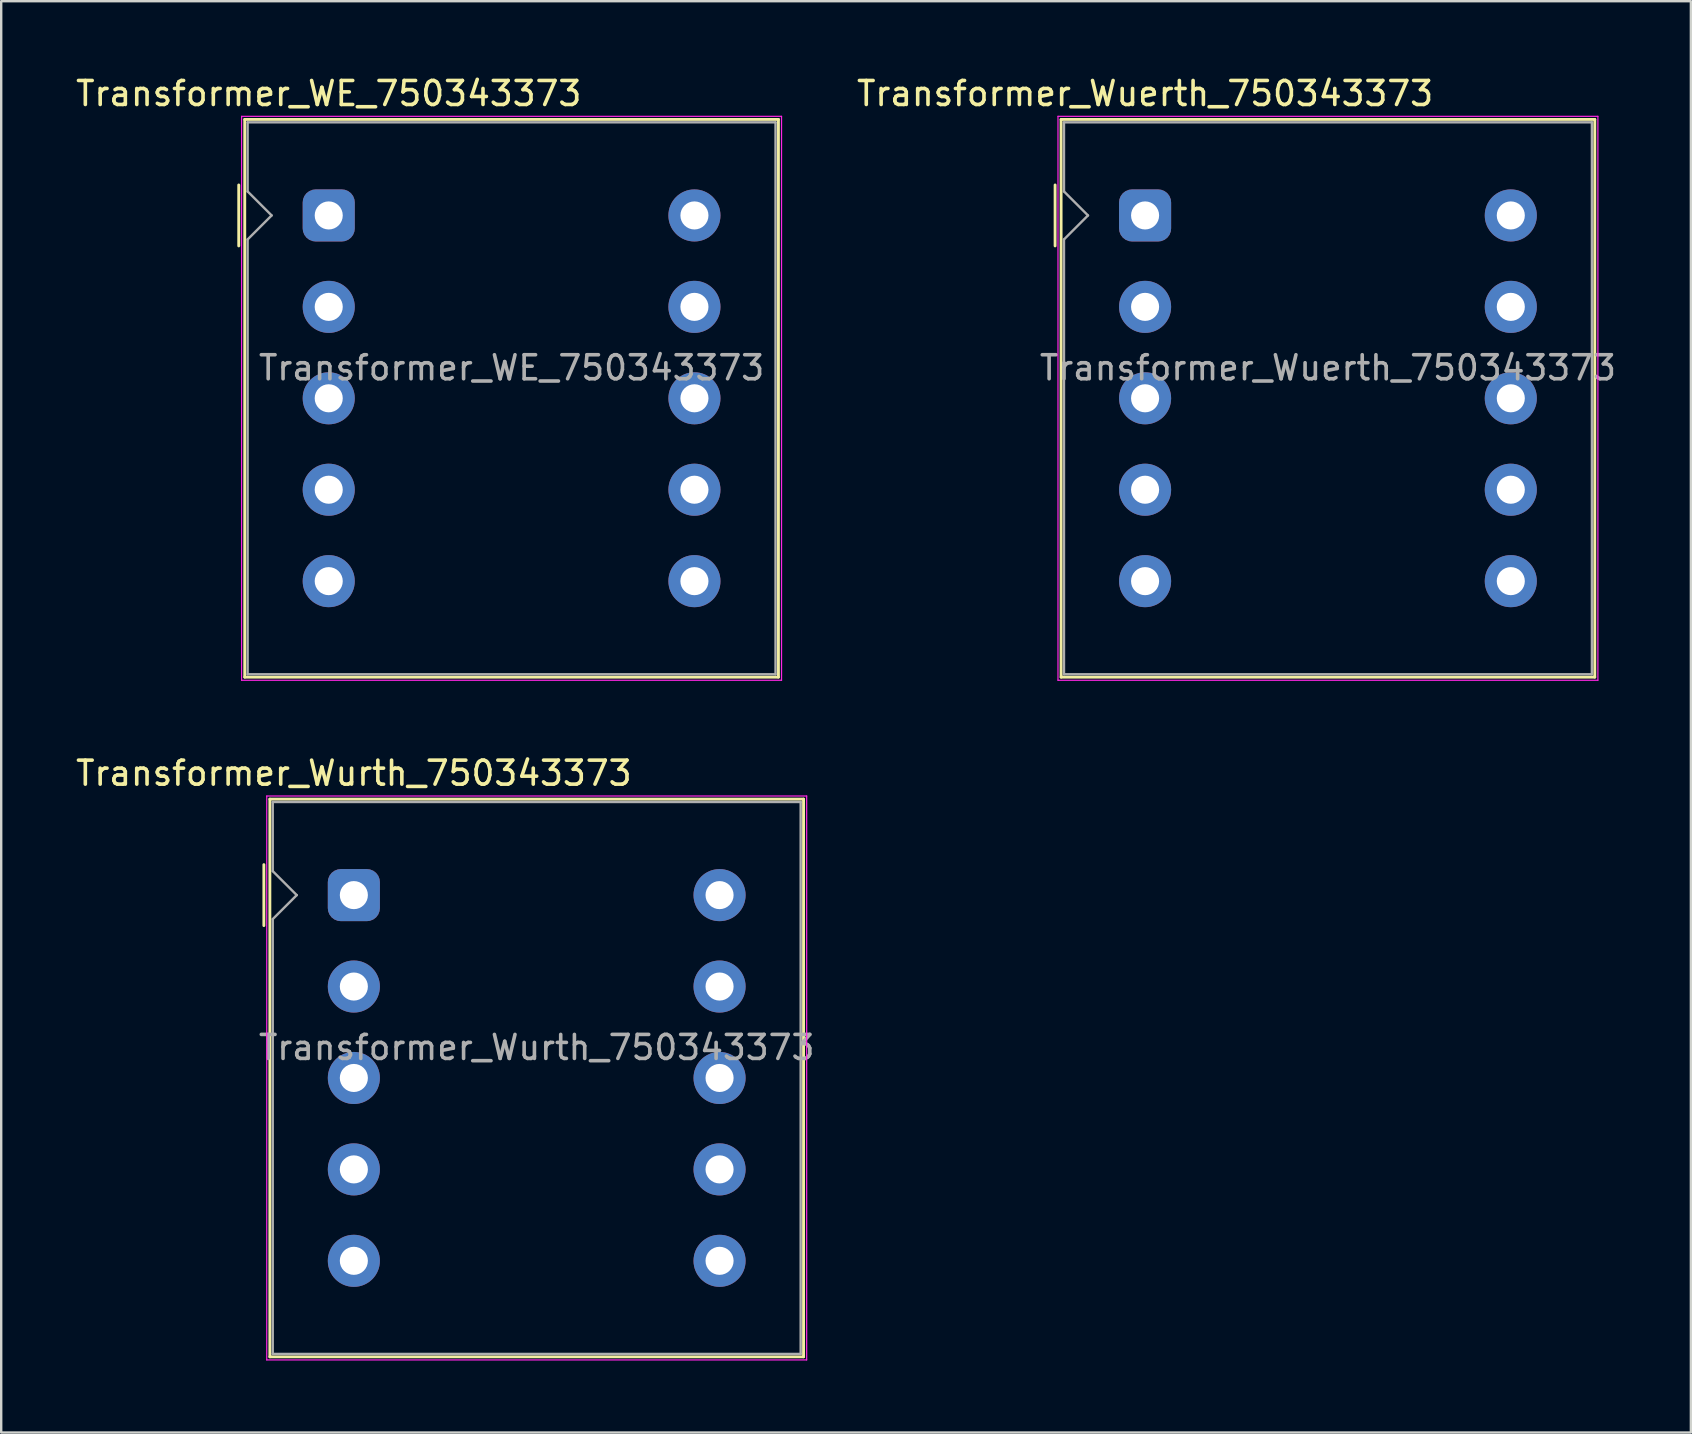
<source format=kicad_pcb>
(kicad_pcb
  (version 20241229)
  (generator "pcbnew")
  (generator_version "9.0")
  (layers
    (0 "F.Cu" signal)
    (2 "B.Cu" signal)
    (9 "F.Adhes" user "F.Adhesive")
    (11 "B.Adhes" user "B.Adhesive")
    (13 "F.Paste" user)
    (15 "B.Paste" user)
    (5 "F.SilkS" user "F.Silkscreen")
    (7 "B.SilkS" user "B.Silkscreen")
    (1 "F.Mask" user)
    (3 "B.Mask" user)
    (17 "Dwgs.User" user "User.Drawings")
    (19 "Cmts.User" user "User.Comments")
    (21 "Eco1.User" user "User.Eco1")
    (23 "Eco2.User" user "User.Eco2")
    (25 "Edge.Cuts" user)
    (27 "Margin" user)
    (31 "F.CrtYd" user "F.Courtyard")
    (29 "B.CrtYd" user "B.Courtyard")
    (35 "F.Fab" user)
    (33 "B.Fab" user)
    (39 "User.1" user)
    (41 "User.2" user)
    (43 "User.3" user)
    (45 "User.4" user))
  (footprint "Transformer_Wuerth_750343373"
    (layer "F.Cu")
    (at 44.669 5.928)
    (property "Reference" "Transformer_Wuerth_750343373" (at 0 -5.08 0) (layer "F.SilkS") (effects (font (size 1 1) (thickness 0.15))))
    (attr through_hole)
    (fp_line (start -3.75 -1.27) (end -3.75 1.27) (stroke (width 0.12) (type solid)) (layer "F.SilkS"))
    (fp_line (start -3.5 -4) (end 18.74 -4) (stroke (width 0.12) (type solid)) (layer "F.SilkS"))
    (fp_line (start -3.5 19.24) (end -3.5 -4) (stroke (width 0.12) (type solid)) (layer "F.SilkS"))
    (fp_line (start 18.74 -4) (end 18.74 19.24) (stroke (width 0.12) (type solid)) (layer "F.SilkS"))
    (fp_line (start 18.74 19.24) (end -3.5 19.24) (stroke (width 0.12) (type solid)) (layer "F.SilkS"))
    (fp_line (start -3.63 -4.13) (end 18.87 -4.13) (stroke (width 0.05) (type solid)) (layer "F.CrtYd"))
    (fp_line (start -3.63 19.37) (end -3.63 -4.13) (stroke (width 0.05) (type solid)) (layer "F.CrtYd"))
    (fp_line (start 18.87 -4.13) (end 18.87 19.37) (stroke (width 0.05) (type solid)) (layer "F.CrtYd"))
    (fp_line (start 18.87 19.37) (end -3.63 19.37) (stroke (width 0.05) (type solid)) (layer "F.CrtYd"))
    (fp_line (start -3.38 -3.88) (end 18.62 -3.88) (stroke (width 0.1) (type solid)) (layer "F.Fab"))
    (fp_line (start -3.38 -1) (end -3.38 -3.88) (stroke (width 0.1) (type solid)) (layer "F.Fab"))
    (fp_line (start -3.38 -1) (end -2.38 0) (stroke (width 0.1) (type solid)) (layer "F.Fab"))
    (fp_line (start -3.38 1) (end -3.38 19.12) (stroke (width 0.1) (type solid)) (layer "F.Fab"))
    (fp_line (start -2.38 0) (end -3.38 1) (stroke (width 0.1) (type solid)) (layer "F.Fab"))
    (fp_line (start 18.62 -3.88) (end 18.62 19.12) (stroke (width 0.1) (type solid)) (layer "F.Fab"))
    (fp_line (start 18.62 19.12) (end -3.38 19.12) (stroke (width 0.1) (type solid)) (layer "F.Fab"))
    (fp_text user "${REFERENCE}" (at 7.62 6.35 0) (layer "F.Fab") (effects (font (size 1 1) (thickness 0.15))))
    (pad "1" thru_hole roundrect (at 0 0) (size 2.17 2.17) (drill 1.17) (layers "*.Cu" "*.Mask") (roundrect_rratio 0.25))
    (pad "2" thru_hole circle (at 0 3.81) (size 2.17 2.17) (drill 1.17) (layers "*.Cu" "*.Mask"))
    (pad "3" thru_hole circle (at 0 7.62) (size 2.17 2.17) (drill 1.17) (layers "*.Cu" "*.Mask"))
    (pad "4" thru_hole circle (at 0 11.43) (size 2.17 2.17) (drill 1.17) (layers "*.Cu" "*.Mask"))
    (pad "5" thru_hole circle (at 0 15.24) (size 2.17 2.17) (drill 1.17) (layers "*.Cu" "*.Mask"))
    (pad "6" thru_hole circle (at 15.24 15.24) (size 2.17 2.17) (drill 1.17) (layers "*.Cu" "*.Mask"))
    (pad "7" thru_hole circle (at 15.24 11.43) (size 2.17 2.17) (drill 1.17) (layers "*.Cu" "*.Mask"))
    (pad "8" thru_hole circle (at 15.24 7.62) (size 2.17 2.17) (drill 1.17) (layers "*.Cu" "*.Mask"))
    (pad "9" thru_hole circle (at 15.24 3.81) (size 2.17 2.17) (drill 1.17) (layers "*.Cu" "*.Mask"))
    (pad "10" thru_hole circle (at 15.24 0) (size 2.17 2.17) (drill 1.17) (layers "*.Cu" "*.Mask")))
  (footprint "Transformer_Wurth_750343373"
    (layer "F.Cu")
    (at 11.696 34.252)
    (property "Reference" "Transformer_Wurth_750343373" (at 0 -5.08 0) (layer "F.SilkS") (effects (font (size 1 1) (thickness 0.15))))
    (attr through_hole)
    (fp_line (start -3.75 -1.27) (end -3.75 1.27) (stroke (width 0.12) (type solid)) (layer "F.SilkS"))
    (fp_line (start -3.5 -4) (end 18.74 -4) (stroke (width 0.12) (type solid)) (layer "F.SilkS"))
    (fp_line (start -3.5 19.24) (end -3.5 -4) (stroke (width 0.12) (type solid)) (layer "F.SilkS"))
    (fp_line (start 18.74 -4) (end 18.74 19.24) (stroke (width 0.12) (type solid)) (layer "F.SilkS"))
    (fp_line (start 18.74 19.24) (end -3.5 19.24) (stroke (width 0.12) (type solid)) (layer "F.SilkS"))
    (fp_line (start -3.63 -4.13) (end 18.87 -4.13) (stroke (width 0.05) (type solid)) (layer "F.CrtYd"))
    (fp_line (start -3.63 19.37) (end -3.63 -4.13) (stroke (width 0.05) (type solid)) (layer "F.CrtYd"))
    (fp_line (start 18.87 -4.13) (end 18.87 19.37) (stroke (width 0.05) (type solid)) (layer "F.CrtYd"))
    (fp_line (start 18.87 19.37) (end -3.63 19.37) (stroke (width 0.05) (type solid)) (layer "F.CrtYd"))
    (fp_line (start -3.38 -3.88) (end 18.62 -3.88) (stroke (width 0.1) (type solid)) (layer "F.Fab"))
    (fp_line (start -3.38 -1) (end -3.38 -3.88) (stroke (width 0.1) (type solid)) (layer "F.Fab"))
    (fp_line (start -3.38 -1) (end -2.38 0) (stroke (width 0.1) (type solid)) (layer "F.Fab"))
    (fp_line (start -3.38 1) (end -3.38 19.12) (stroke (width 0.1) (type solid)) (layer "F.Fab"))
    (fp_line (start -2.38 0) (end -3.38 1) (stroke (width 0.1) (type solid)) (layer "F.Fab"))
    (fp_line (start 18.62 -3.88) (end 18.62 19.12) (stroke (width 0.1) (type solid)) (layer "F.Fab"))
    (fp_line (start 18.62 19.12) (end -3.38 19.12) (stroke (width 0.1) (type solid)) (layer "F.Fab"))
    (fp_text user "${REFERENCE}" (at 7.62 6.35 0) (layer "F.Fab") (effects (font (size 1 1) (thickness 0.15))))
    (pad "1" thru_hole roundrect (at 0 0) (size 2.17 2.17) (drill 1.17) (layers "*.Cu" "*.Mask") (roundrect_rratio 0.25))
    (pad "2" thru_hole circle (at 0 3.81) (size 2.17 2.17) (drill 1.17) (layers "*.Cu" "*.Mask"))
    (pad "3" thru_hole circle (at 0 7.62) (size 2.17 2.17) (drill 1.17) (layers "*.Cu" "*.Mask"))
    (pad "4" thru_hole circle (at 0 11.43) (size 2.17 2.17) (drill 1.17) (layers "*.Cu" "*.Mask"))
    (pad "5" thru_hole circle (at 0 15.24) (size 2.17 2.17) (drill 1.17) (layers "*.Cu" "*.Mask"))
    (pad "6" thru_hole circle (at 15.24 15.24) (size 2.17 2.17) (drill 1.17) (layers "*.Cu" "*.Mask"))
    (pad "7" thru_hole circle (at 15.24 11.43) (size 2.17 2.17) (drill 1.17) (layers "*.Cu" "*.Mask"))
    (pad "8" thru_hole circle (at 15.24 7.62) (size 2.17 2.17) (drill 1.17) (layers "*.Cu" "*.Mask"))
    (pad "9" thru_hole circle (at 15.24 3.81) (size 2.17 2.17) (drill 1.17) (layers "*.Cu" "*.Mask"))
    (pad "10" thru_hole circle (at 15.24 0) (size 2.17 2.17) (drill 1.17) (layers "*.Cu" "*.Mask")))
  (footprint "Transformer_WE_750343373"
    (layer "F.Cu")
    (at 10.649 5.928)
    (property "Reference" "Transformer_WE_750343373" (at 0 -5.08 0) (layer "F.SilkS") (effects (font (size 1 1) (thickness 0.15))))
    (attr through_hole)
    (fp_line (start -3.75 -1.27) (end -3.75 1.27) (stroke (width 0.12) (type solid)) (layer "F.SilkS"))
    (fp_line (start -3.5 -4) (end 18.74 -4) (stroke (width 0.12) (type solid)) (layer "F.SilkS"))
    (fp_line (start -3.5 19.24) (end -3.5 -4) (stroke (width 0.12) (type solid)) (layer "F.SilkS"))
    (fp_line (start 18.74 -4) (end 18.74 19.24) (stroke (width 0.12) (type solid)) (layer "F.SilkS"))
    (fp_line (start 18.74 19.24) (end -3.5 19.24) (stroke (width 0.12) (type solid)) (layer "F.SilkS"))
    (fp_line (start -3.63 -4.13) (end 18.87 -4.13) (stroke (width 0.05) (type solid)) (layer "F.CrtYd"))
    (fp_line (start -3.63 19.37) (end -3.63 -4.13) (stroke (width 0.05) (type solid)) (layer "F.CrtYd"))
    (fp_line (start 18.87 -4.13) (end 18.87 19.37) (stroke (width 0.05) (type solid)) (layer "F.CrtYd"))
    (fp_line (start 18.87 19.37) (end -3.63 19.37) (stroke (width 0.05) (type solid)) (layer "F.CrtYd"))
    (fp_line (start -3.38 -3.88) (end 18.62 -3.88) (stroke (width 0.1) (type solid)) (layer "F.Fab"))
    (fp_line (start -3.38 -1) (end -3.38 -3.88) (stroke (width 0.1) (type solid)) (layer "F.Fab"))
    (fp_line (start -3.38 -1) (end -2.38 0) (stroke (width 0.1) (type solid)) (layer "F.Fab"))
    (fp_line (start -3.38 1) (end -3.38 19.12) (stroke (width 0.1) (type solid)) (layer "F.Fab"))
    (fp_line (start -2.38 0) (end -3.38 1) (stroke (width 0.1) (type solid)) (layer "F.Fab"))
    (fp_line (start 18.62 -3.88) (end 18.62 19.12) (stroke (width 0.1) (type solid)) (layer "F.Fab"))
    (fp_line (start 18.62 19.12) (end -3.38 19.12) (stroke (width 0.1) (type solid)) (layer "F.Fab"))
    (fp_text user "${REFERENCE}" (at 7.62 6.35 0) (layer "F.Fab") (effects (font (size 1 1) (thickness 0.15))))
    (pad "1" thru_hole roundrect (at 0 0) (size 2.17 2.17) (drill 1.17) (layers "*.Cu" "*.Mask") (roundrect_rratio 0.25))
    (pad "2" thru_hole circle (at 0 3.81) (size 2.17 2.17) (drill 1.17) (layers "*.Cu" "*.Mask"))
    (pad "3" thru_hole circle (at 0 7.62) (size 2.17 2.17) (drill 1.17) (layers "*.Cu" "*.Mask"))
    (pad "4" thru_hole circle (at 0 11.43) (size 2.17 2.17) (drill 1.17) (layers "*.Cu" "*.Mask"))
    (pad "5" thru_hole circle (at 0 15.24) (size 2.17 2.17) (drill 1.17) (layers "*.Cu" "*.Mask"))
    (pad "6" thru_hole circle (at 15.24 15.24) (size 2.17 2.17) (drill 1.17) (layers "*.Cu" "*.Mask"))
    (pad "7" thru_hole circle (at 15.24 11.43) (size 2.17 2.17) (drill 1.17) (layers "*.Cu" "*.Mask"))
    (pad "8" thru_hole circle (at 15.24 7.62) (size 2.17 2.17) (drill 1.17) (layers "*.Cu" "*.Mask"))
    (pad "9" thru_hole circle (at 15.24 3.81) (size 2.17 2.17) (drill 1.17) (layers "*.Cu" "*.Mask"))
    (pad "10" thru_hole circle (at 15.24 0) (size 2.17 2.17) (drill 1.17) (layers "*.Cu" "*.Mask")))
  (gr_rect
    (start -3 -3)
    (end 67.414 56.647)
    (stroke (width 0.1) (type default))
    (fill no)
    (layer "Edge.Cuts")))
</source>
